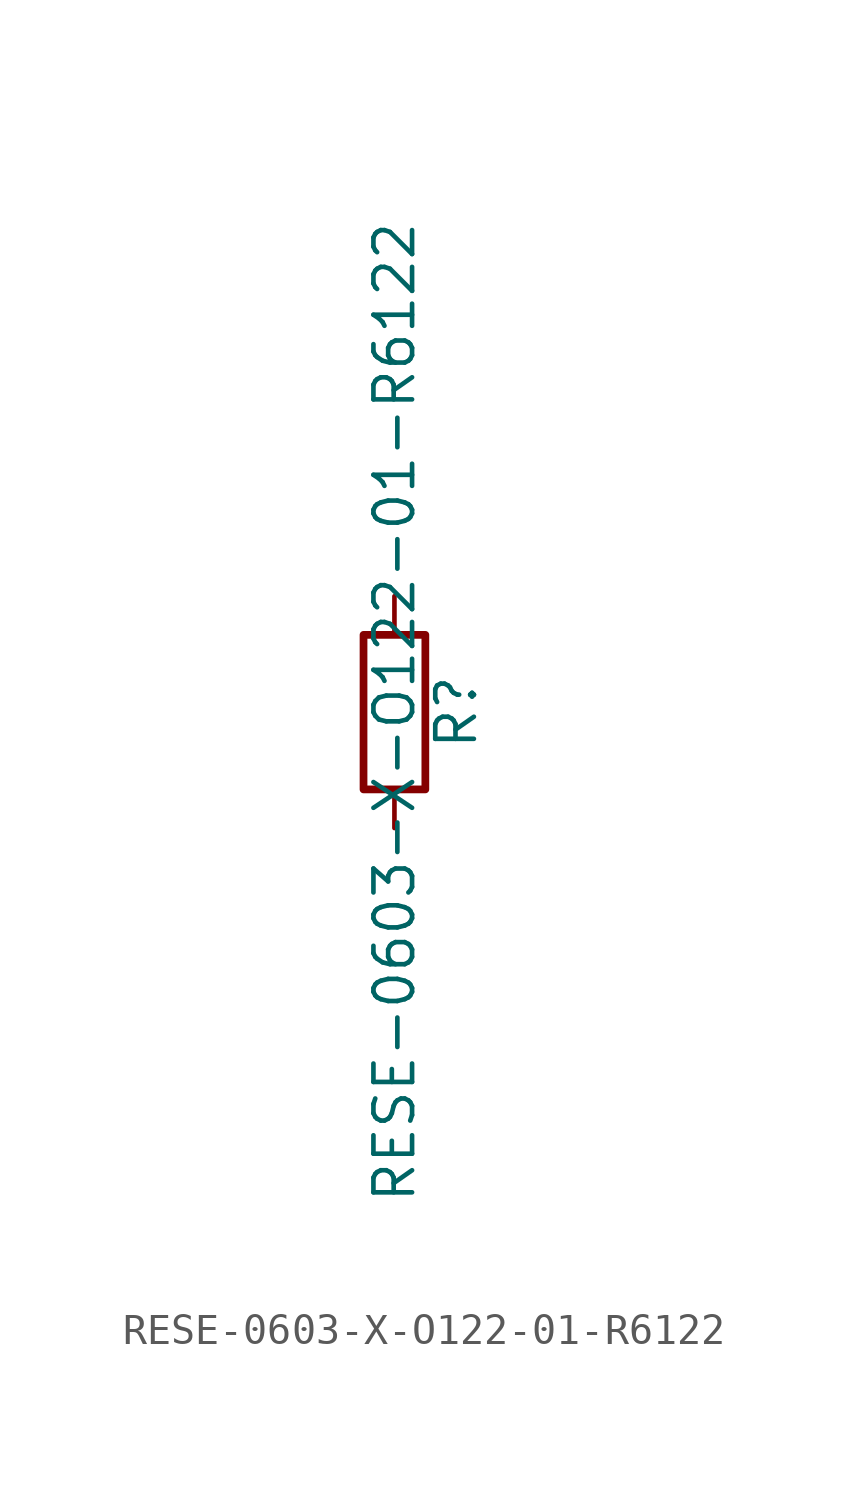
<source format=kicad_sym>
(kicad_symbol_lib
  (version 20211014)
  (generator kicad_symbol_editor)
  (symbol "RESE-0603-X-O122-01-R6122"
    (pin_numbers hide)
    (pin_names
      (offset 0))
    (property "Reference" "R"
      (at 2.032 0 90)
      (effects (font (size 1.27 1.27))))
    (property "Value" "RESE-0603-X-O122-01-R6122"
      (at 0 0 90)
      (effects (font (size 1.27 1.27))))
    (symbol "RESE-0603-X-O122-01-R6122_0_1"
      (rectangle (start -1.016 -2.54) (end 1.016 2.54) (stroke (width 0.254) (type default) (color 0 0 0 0)) (fill (type none))))
    (symbol "RESE-0603-X-O122-01-R6122_1_1"
      (pin passive line (at 0 3.81 270) (length 1.27) (name "~" (effects (font (size 1.27 1.27)))) (number "1" (effects (font (size 1.27 1.27)))))
      (pin passive line (at 0 -3.81 90) (length 1.27) (name "~" (effects (font (size 1.27 1.27)))) (number "2" (effects (font (size 1.27 1.27))))))))
</source>
